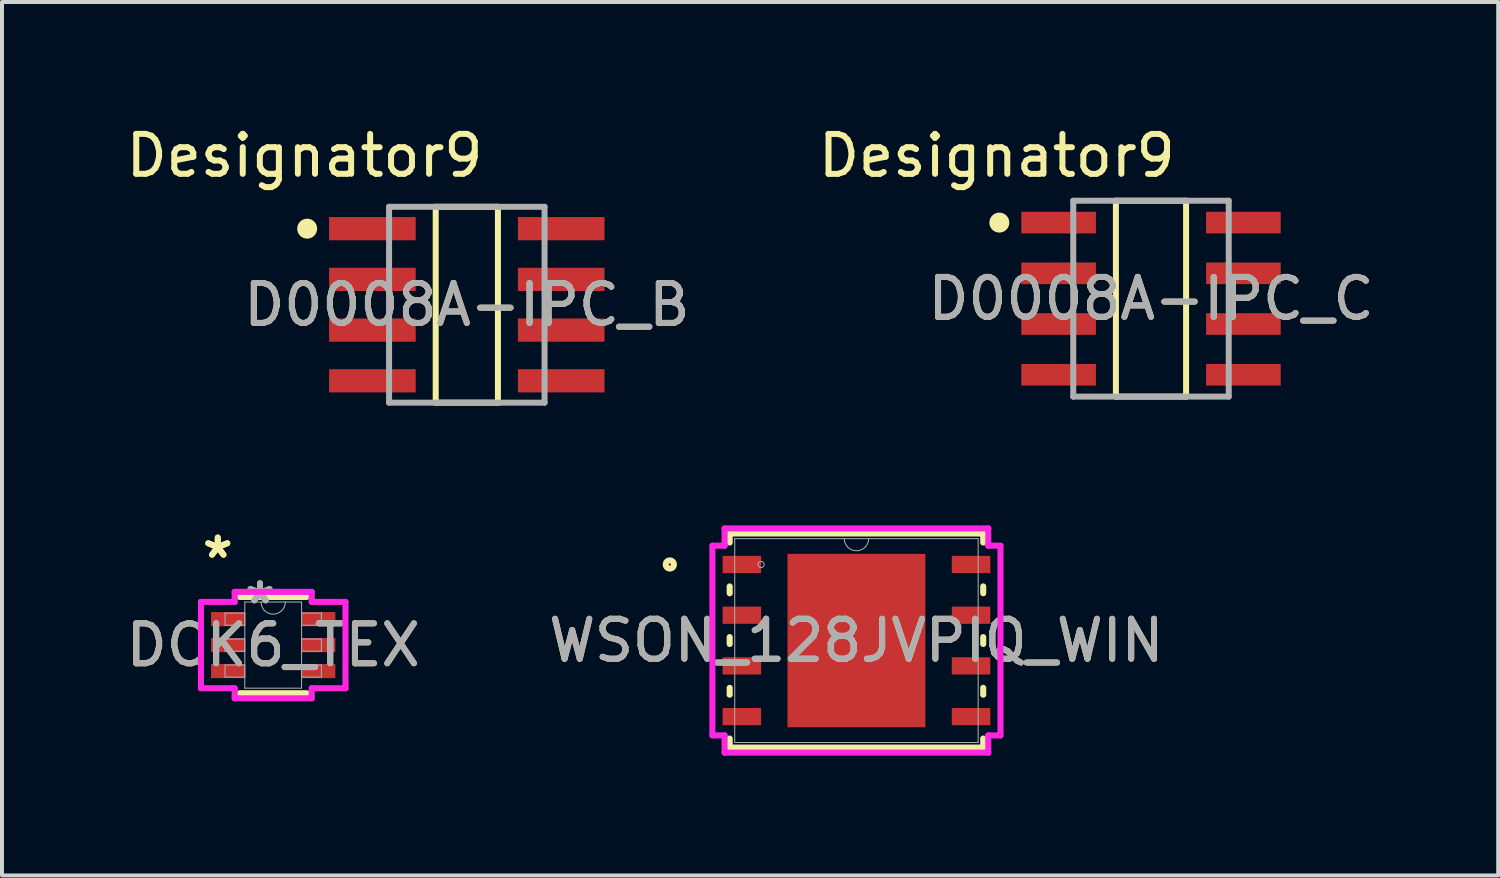
<source format=kicad_pcb>
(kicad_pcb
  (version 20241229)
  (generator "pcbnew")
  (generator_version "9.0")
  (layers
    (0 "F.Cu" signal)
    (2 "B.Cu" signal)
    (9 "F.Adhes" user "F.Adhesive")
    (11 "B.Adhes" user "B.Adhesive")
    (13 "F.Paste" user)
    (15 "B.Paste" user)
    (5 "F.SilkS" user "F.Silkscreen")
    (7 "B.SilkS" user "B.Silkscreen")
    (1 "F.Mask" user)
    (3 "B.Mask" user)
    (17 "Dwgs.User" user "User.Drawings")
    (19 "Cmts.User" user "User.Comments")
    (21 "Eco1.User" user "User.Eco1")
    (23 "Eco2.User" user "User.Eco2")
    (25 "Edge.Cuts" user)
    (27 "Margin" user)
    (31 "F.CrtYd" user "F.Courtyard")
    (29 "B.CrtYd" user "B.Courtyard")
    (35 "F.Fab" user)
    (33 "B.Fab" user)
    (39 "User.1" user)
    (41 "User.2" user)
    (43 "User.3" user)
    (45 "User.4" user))
  (footprint "WSON_128JVPIQ_WIN"
    (layer "F.Cu")
    (at 18.399 12.992)
    (property "Reference" "WSON_128JVPIQ_WIN" (at 0 0 0) (unlocked yes) (layer "F.SilkS") (effects (font (size 1 1) (thickness 0.15))))
    (attr smd)
    (fp_line (start -3.175 -2.68) (end -3.175 -2.454) (stroke (width 0.152) (type solid)) (layer "F.SilkS"))
    (fp_line (start -3.175 -1.356) (end -3.175 -1.184) (stroke (width 0.152) (type solid)) (layer "F.SilkS"))
    (fp_line (start -3.175 -0.086) (end -3.175 0.086) (stroke (width 0.152) (type solid)) (layer "F.SilkS"))
    (fp_line (start -3.175 1.184) (end -3.175 1.356) (stroke (width 0.152) (type solid)) (layer "F.SilkS"))
    (fp_line (start -3.175 2.454) (end -3.175 2.68) (stroke (width 0.152) (type solid)) (layer "F.SilkS"))
    (fp_line (start -3.175 2.68) (end 3.175 2.68) (stroke (width 0.152) (type solid)) (layer "F.SilkS"))
    (fp_line (start 3.175 -2.68) (end -3.175 -2.68) (stroke (width 0.152) (type solid)) (layer "F.SilkS"))
    (fp_line (start 3.175 -2.454) (end 3.175 -2.68) (stroke (width 0.152) (type solid)) (layer "F.SilkS"))
    (fp_line (start 3.175 -1.184) (end 3.175 -1.356) (stroke (width 0.152) (type solid)) (layer "F.SilkS"))
    (fp_line (start 3.175 0.086) (end 3.175 -0.086) (stroke (width 0.152) (type solid)) (layer "F.SilkS"))
    (fp_line (start 3.175 1.356) (end 3.175 1.184) (stroke (width 0.152) (type solid)) (layer "F.SilkS"))
    (fp_line (start 3.175 2.68) (end 3.175 2.454) (stroke (width 0.152) (type solid)) (layer "F.SilkS"))
    (fp_circle (center -4.674 -1.905) (end -4.572 -1.905) (stroke (width 0.152) (type solid)) (fill no) (layer "F.SilkS"))
    (fp_poly (pts (xy -1.627 -2.072) (xy -1.627 -0.824) (xy -0.1 -0.824) (xy -0.1 -2.072)) (stroke (width 0) (type solid)) (fill yes) (layer "F.Paste"))
    (fp_poly (pts (xy -1.627 -0.624) (xy -1.627 0.624) (xy -0.1 0.624) (xy -0.1 -0.624)) (stroke (width 0) (type solid)) (fill yes) (layer "F.Paste"))
    (fp_poly (pts (xy -1.627 0.824) (xy -1.627 2.072) (xy -0.1 2.072) (xy -0.1 0.824)) (stroke (width 0) (type solid)) (fill yes) (layer "F.Paste"))
    (fp_poly (pts (xy 0.1 -2.072) (xy 0.1 -0.824) (xy 1.627 -0.824) (xy 1.627 -2.072)) (stroke (width 0) (type solid)) (fill yes) (layer "F.Paste"))
    (fp_poly (pts (xy 0.1 -0.624) (xy 0.1 0.624) (xy 1.627 0.624) (xy 1.627 -0.624)) (stroke (width 0) (type solid)) (fill yes) (layer "F.Paste"))
    (fp_poly (pts (xy 0.1 0.824) (xy 0.1 2.072) (xy 1.627 2.072) (xy 1.627 0.824)) (stroke (width 0) (type solid)) (fill yes) (layer "F.Paste"))
    (fp_line (start -3.607 -2.375) (end -3.302 -2.375) (stroke (width 0.152) (type solid)) (layer "F.CrtYd"))
    (fp_line (start -3.607 2.375) (end -3.607 -2.375) (stroke (width 0.152) (type solid)) (layer "F.CrtYd"))
    (fp_line (start -3.607 2.375) (end -3.302 2.375) (stroke (width 0.152) (type solid)) (layer "F.CrtYd"))
    (fp_line (start -3.302 -2.807) (end 3.302 -2.807) (stroke (width 0.152) (type solid)) (layer "F.CrtYd"))
    (fp_line (start -3.302 -2.375) (end -3.302 -2.807) (stroke (width 0.152) (type solid)) (layer "F.CrtYd"))
    (fp_line (start -3.302 2.807) (end -3.302 2.375) (stroke (width 0.152) (type solid)) (layer "F.CrtYd"))
    (fp_line (start 3.302 -2.807) (end 3.302 -2.375) (stroke (width 0.152) (type solid)) (layer "F.CrtYd"))
    (fp_line (start 3.302 2.375) (end 3.302 2.807) (stroke (width 0.152) (type solid)) (layer "F.CrtYd"))
    (fp_line (start 3.302 2.807) (end -3.302 2.807) (stroke (width 0.152) (type solid)) (layer "F.CrtYd"))
    (fp_line (start 3.607 -2.375) (end 3.302 -2.375) (stroke (width 0.152) (type solid)) (layer "F.CrtYd"))
    (fp_line (start 3.607 -2.375) (end 3.607 2.375) (stroke (width 0.152) (type solid)) (layer "F.CrtYd"))
    (fp_line (start 3.607 2.375) (end 3.302 2.375) (stroke (width 0.152) (type solid)) (layer "F.CrtYd"))
    (fp_line (start -3.048 -2.553) (end -3.048 2.553) (stroke (width 0.025) (type solid)) (layer "F.Fab"))
    (fp_line (start -3.048 2.553) (end 3.048 2.553) (stroke (width 0.025) (type solid)) (layer "F.Fab"))
    (fp_line (start 3.048 -2.553) (end -3.048 -2.553) (stroke (width 0.025) (type solid)) (layer "F.Fab"))
    (fp_line (start 3.048 2.553) (end 3.048 -2.553) (stroke (width 0.025) (type solid)) (layer "F.Fab"))
    (fp_arc (start 0.3048 -2.5527) (mid 0 -2.2479) (end -0.3048 -2.5527) (stroke (width 0.0254) (type solid)) (layer "F.Fab"))
    (fp_circle (center -2.388 -1.905) (end -2.311 -1.905) (stroke (width 0.025) (type solid)) (fill no) (layer "F.Fab"))
    (fp_text user "${REFERENCE}" (at 0 0 0) (unlocked yes) (layer "F.Fab") (effects (font (size 1 1) (thickness 0.15))))
    (pad "1" smd rect (at -2.87 -1.905) (size 0.965 0.432) (layers "F.Cu" "F.Mask" "F.Paste"))
    (pad "2" smd rect (at -2.87 -0.635) (size 0.965 0.432) (layers "F.Cu" "F.Mask" "F.Paste"))
    (pad "3" smd rect (at -2.87 0.635) (size 0.965 0.432) (layers "F.Cu" "F.Mask" "F.Paste"))
    (pad "4" smd rect (at -2.87 1.905) (size 0.965 0.432) (layers "F.Cu" "F.Mask" "F.Paste"))
    (pad "5" smd rect (at 2.87 1.905) (size 0.965 0.432) (layers "F.Cu" "F.Mask" "F.Paste"))
    (pad "6" smd rect (at 2.87 0.635) (size 0.965 0.432) (layers "F.Cu" "F.Mask" "F.Paste"))
    (pad "7" smd rect (at 2.87 -0.635) (size 0.965 0.432) (layers "F.Cu" "F.Mask" "F.Paste"))
    (pad "8" smd rect (at 2.87 -1.905) (size 0.965 0.432) (layers "F.Cu" "F.Mask" "F.Paste"))
    (pad "9" smd rect (at 0 0) (size 3.454 4.343) (layers "F.Cu" "F.Mask" "F.Paste")))
  (footprint "D0008A-IPC_B"
    (layer "F.Cu")
    (at 8.641 4.582)
    (property "Reference" "D0008A-IPC_B" (at 0 0 0) (unlocked yes) (layer "F.SilkS") (effects (font (size 1 1) (thickness 0.15))))
    (attr smd)
    (fp_line (start -0.779 -2.453) (end 0.779 -2.453) (stroke (width 0.15) (type solid)) (layer "F.SilkS"))
    (fp_line (start -0.779 2.453) (end -0.779 -2.453) (stroke (width 0.15) (type solid)) (layer "F.SilkS"))
    (fp_line (start -0.779 2.453) (end 0.779 2.453) (stroke (width 0.15) (type solid)) (layer "F.SilkS"))
    (fp_line (start 0.779 2.453) (end 0.779 -2.453) (stroke (width 0.15) (type solid)) (layer "F.SilkS"))
    (fp_circle (center -3.998 -1.905) (end -3.873 -1.905) (stroke (width 0.25) (type solid)) (fill no) (layer "F.SilkS"))
    (fp_line (start -1.947 -2.453) (end 1.947 -2.453) (stroke (width 0.15) (type solid)) (layer "F.Fab"))
    (fp_line (start -1.947 2.453) (end -1.947 -2.453) (stroke (width 0.15) (type solid)) (layer "F.Fab"))
    (fp_line (start -1.947 2.453) (end 1.947 2.453) (stroke (width 0.15) (type solid)) (layer "F.Fab"))
    (fp_line (start 1.947 2.453) (end 1.947 -2.453) (stroke (width 0.15) (type solid)) (layer "F.Fab"))
    (fp_text user "Designator9" (at -4.064 -3.734 0) (unlocked yes) (layer "F.SilkS") (effects (font (size 1 1) (thickness 0.15))))
    (fp_text user "${REFERENCE}" (at 0 0 0) (unlocked yes) (layer "F.Fab") (effects (font (size 1 1) (thickness 0.15))))
    (pad "1" smd rect (at -2.364 -1.905) (size 2.169 0.582) (layers "F.Cu" "F.Mask" "F.Paste"))
    (pad "2" smd rect (at -2.364 -0.635) (size 2.169 0.582) (layers "F.Cu" "F.Mask" "F.Paste"))
    (pad "3" smd rect (at -2.364 0.635) (size 2.169 0.582) (layers "F.Cu" "F.Mask" "F.Paste"))
    (pad "4" smd rect (at -2.364 1.905) (size 2.169 0.582) (layers "F.Cu" "F.Mask" "F.Paste"))
    (pad "5" smd rect (at 2.364 1.905) (size 2.169 0.582) (layers "F.Cu" "F.Mask" "F.Paste"))
    (pad "6" smd rect (at 2.364 0.635) (size 2.169 0.582) (layers "F.Cu" "F.Mask" "F.Paste"))
    (pad "7" smd rect (at 2.364 -0.635) (size 2.169 0.582) (layers "F.Cu" "F.Mask" "F.Paste"))
    (pad "8" smd rect (at 2.364 -1.905) (size 2.169 0.582) (layers "F.Cu" "F.Mask" "F.Paste")))
  (footprint "DCK6_TEX"
    (layer "F.Cu")
    (at 3.792 13.106)
    (property "Reference" "DCK6_TEX" (at 0 0 0) (unlocked yes) (layer "F.SilkS") (effects (font (size 1 1) (thickness 0.15))))
    (attr smd)
    (fp_line (start -0.838 1.206) (end 0.838 1.206) (stroke (width 0.152) (type solid)) (layer "F.SilkS"))
    (fp_line (start 0.838 -1.206) (end -0.838 -1.206) (stroke (width 0.152) (type solid)) (layer "F.SilkS"))
    (fp_line (start -1.81 -1.081) (end -0.965 -1.081) (stroke (width 0.152) (type solid)) (layer "F.CrtYd"))
    (fp_line (start -1.81 1.081) (end -1.81 -1.081) (stroke (width 0.152) (type solid)) (layer "F.CrtYd"))
    (fp_line (start -1.81 1.081) (end -0.965 1.081) (stroke (width 0.152) (type solid)) (layer "F.CrtYd"))
    (fp_line (start -0.965 -1.333) (end 0.965 -1.333) (stroke (width 0.152) (type solid)) (layer "F.CrtYd"))
    (fp_line (start -0.965 -1.081) (end -0.965 -1.333) (stroke (width 0.152) (type solid)) (layer "F.CrtYd"))
    (fp_line (start -0.965 1.333) (end -0.965 1.081) (stroke (width 0.152) (type solid)) (layer "F.CrtYd"))
    (fp_line (start 0.965 -1.333) (end 0.965 -1.081) (stroke (width 0.152) (type solid)) (layer "F.CrtYd"))
    (fp_line (start 0.965 1.081) (end 0.965 1.333) (stroke (width 0.152) (type solid)) (layer "F.CrtYd"))
    (fp_line (start 0.965 1.333) (end -0.965 1.333) (stroke (width 0.152) (type solid)) (layer "F.CrtYd"))
    (fp_line (start 1.81 -1.081) (end 0.965 -1.081) (stroke (width 0.152) (type solid)) (layer "F.CrtYd"))
    (fp_line (start 1.81 -1.081) (end 1.81 1.081) (stroke (width 0.152) (type solid)) (layer "F.CrtYd"))
    (fp_line (start 1.81 1.081) (end 0.965 1.081) (stroke (width 0.152) (type solid)) (layer "F.CrtYd"))
    (fp_line (start -1.206 -0.802) (end -1.206 -0.498) (stroke (width 0.025) (type solid)) (layer "F.Fab"))
    (fp_line (start -1.206 -0.498) (end -0.711 -0.498) (stroke (width 0.025) (type solid)) (layer "F.Fab"))
    (fp_line (start -1.206 -0.152) (end -1.206 0.152) (stroke (width 0.025) (type solid)) (layer "F.Fab"))
    (fp_line (start -1.206 0.152) (end -0.711 0.152) (stroke (width 0.025) (type solid)) (layer "F.Fab"))
    (fp_line (start -1.206 0.498) (end -1.206 0.802) (stroke (width 0.025) (type solid)) (layer "F.Fab"))
    (fp_line (start -1.206 0.802) (end -0.711 0.802) (stroke (width 0.025) (type solid)) (layer "F.Fab"))
    (fp_line (start -0.711 -1.079) (end -0.711 1.079) (stroke (width 0.025) (type solid)) (layer "F.Fab"))
    (fp_line (start -0.711 -0.802) (end -1.206 -0.802) (stroke (width 0.025) (type solid)) (layer "F.Fab"))
    (fp_line (start -0.711 -0.498) (end -0.711 -0.802) (stroke (width 0.025) (type solid)) (layer "F.Fab"))
    (fp_line (start -0.711 -0.152) (end -1.206 -0.152) (stroke (width 0.025) (type solid)) (layer "F.Fab"))
    (fp_line (start -0.711 0.152) (end -0.711 -0.152) (stroke (width 0.025) (type solid)) (layer "F.Fab"))
    (fp_line (start -0.711 0.498) (end -1.206 0.498) (stroke (width 0.025) (type solid)) (layer "F.Fab"))
    (fp_line (start -0.711 0.802) (end -0.711 0.498) (stroke (width 0.025) (type solid)) (layer "F.Fab"))
    (fp_line (start -0.711 1.079) (end 0.711 1.079) (stroke (width 0.025) (type solid)) (layer "F.Fab"))
    (fp_line (start 0.711 -1.079) (end -0.711 -1.079) (stroke (width 0.025) (type solid)) (layer "F.Fab"))
    (fp_line (start 0.711 -0.802) (end 0.711 -0.498) (stroke (width 0.025) (type solid)) (layer "F.Fab"))
    (fp_line (start 0.711 -0.498) (end 1.206 -0.498) (stroke (width 0.025) (type solid)) (layer "F.Fab"))
    (fp_line (start 0.711 -0.152) (end 0.711 0.152) (stroke (width 0.025) (type solid)) (layer "F.Fab"))
    (fp_line (start 0.711 0.152) (end 1.206 0.152) (stroke (width 0.025) (type solid)) (layer "F.Fab"))
    (fp_line (start 0.711 0.498) (end 0.711 0.802) (stroke (width 0.025) (type solid)) (layer "F.Fab"))
    (fp_line (start 0.711 0.802) (end 1.206 0.802) (stroke (width 0.025) (type solid)) (layer "F.Fab"))
    (fp_line (start 0.711 1.079) (end 0.711 -1.079) (stroke (width 0.025) (type solid)) (layer "F.Fab"))
    (fp_line (start 1.206 -0.802) (end 0.711 -0.802) (stroke (width 0.025) (type solid)) (layer "F.Fab"))
    (fp_line (start 1.206 -0.498) (end 1.206 -0.802) (stroke (width 0.025) (type solid)) (layer "F.Fab"))
    (fp_line (start 1.206 -0.152) (end 0.711 -0.152) (stroke (width 0.025) (type solid)) (layer "F.Fab"))
    (fp_line (start 1.206 0.152) (end 1.206 -0.152) (stroke (width 0.025) (type solid)) (layer "F.Fab"))
    (fp_line (start 1.206 0.498) (end 0.711 0.498) (stroke (width 0.025) (type solid)) (layer "F.Fab"))
    (fp_line (start 1.206 0.802) (end 1.206 0.498) (stroke (width 0.025) (type solid)) (layer "F.Fab"))
    (fp_arc (start 0.3048 -1.0795) (mid 0 -0.7747) (end -0.3048 -1.0795) (stroke (width 0.0254) (type solid)) (layer "F.Fab"))
    (fp_text user "*" (at -1.388 -2.148 0) (unlocked yes) (layer "F.SilkS") (effects (font (size 1 1) (thickness 0.15))))
    (fp_text user "*" (at -1.388 -2.148 0) (layer "F.SilkS") (effects (font (size 1 1) (thickness 0.15))))
    (fp_text user "*" (at -0.33 -1.003 0) (unlocked yes) (layer "F.Fab") (effects (font (size 1 1) (thickness 0.15))))
    (fp_text user "${REFERENCE}" (at 0 0 0) (unlocked yes) (layer "F.Fab") (effects (font (size 1 1) (thickness 0.15))))
    (fp_text user "*" (at -0.33 -1.003 0) (layer "F.Fab") (effects (font (size 1 1) (thickness 0.15))))
    (pad "1" smd rect (at -1.134 -0.65) (size 0.845 0.355) (layers "F.Cu" "F.Mask" "F.Paste"))
    (pad "2" smd rect (at -1.134 0) (size 0.845 0.355) (layers "F.Cu" "F.Mask" "F.Paste"))
    (pad "3" smd rect (at -1.134 0.65) (size 0.845 0.355) (layers "F.Cu" "F.Mask" "F.Paste"))
    (pad "4" smd rect (at 1.134 0.65) (size 0.845 0.355) (layers "F.Cu" "F.Mask" "F.Paste"))
    (pad "5" smd rect (at 1.134 0) (size 0.845 0.355) (layers "F.Cu" "F.Mask" "F.Paste"))
    (pad "6" smd rect (at 1.134 -0.65) (size 0.845 0.355) (layers "F.Cu" "F.Mask" "F.Paste")))
  (footprint "D0008A-IPC_C"
    (layer "F.Cu")
    (at 25.776 4.43)
    (property "Reference" "D0008A-IPC_C" (at 0 0 0) (unlocked yes) (layer "F.SilkS") (effects (font (size 1 1) (thickness 0.15))))
    (attr smd)
    (fp_line (start -0.879 -2.453) (end 0.879 -2.453) (stroke (width 0.15) (type solid)) (layer "F.SilkS"))
    (fp_line (start -0.879 2.453) (end -0.879 -2.453) (stroke (width 0.15) (type solid)) (layer "F.SilkS"))
    (fp_line (start -0.879 2.453) (end 0.879 2.453) (stroke (width 0.15) (type solid)) (layer "F.SilkS"))
    (fp_line (start 0.879 2.453) (end 0.879 -2.453) (stroke (width 0.15) (type solid)) (layer "F.SilkS"))
    (fp_circle (center -3.798 -1.905) (end -3.673 -1.905) (stroke (width 0.25) (type solid)) (fill no) (layer "F.SilkS"))
    (fp_line (start -1.947 -2.453) (end 1.947 -2.453) (stroke (width 0.15) (type solid)) (layer "F.Fab"))
    (fp_line (start -1.947 2.453) (end -1.947 -2.453) (stroke (width 0.15) (type solid)) (layer "F.Fab"))
    (fp_line (start -1.947 2.453) (end 1.947 2.453) (stroke (width 0.15) (type solid)) (layer "F.Fab"))
    (fp_line (start 1.947 2.453) (end 1.947 -2.453) (stroke (width 0.15) (type solid)) (layer "F.Fab"))
    (fp_text user "Designator9" (at -3.861 -3.581 0) (unlocked yes) (layer "F.SilkS") (effects (font (size 1 1) (thickness 0.15))))
    (fp_text user "${REFERENCE}" (at 0 0 0) (unlocked yes) (layer "F.Fab") (effects (font (size 1 1) (thickness 0.15))))
    (pad "1" smd rect (at -2.314 -1.905) (size 1.869 0.542) (layers "F.Cu" "F.Mask" "F.Paste"))
    (pad "2" smd rect (at -2.314 -0.635) (size 1.869 0.542) (layers "F.Cu" "F.Mask" "F.Paste"))
    (pad "3" smd rect (at -2.314 0.635) (size 1.869 0.542) (layers "F.Cu" "F.Mask" "F.Paste"))
    (pad "4" smd rect (at -2.314 1.905) (size 1.869 0.542) (layers "F.Cu" "F.Mask" "F.Paste"))
    (pad "5" smd rect (at 2.314 1.905) (size 1.869 0.542) (layers "F.Cu" "F.Mask" "F.Paste"))
    (pad "6" smd rect (at 2.314 0.635) (size 1.869 0.542) (layers "F.Cu" "F.Mask" "F.Paste"))
    (pad "7" smd rect (at 2.314 -0.635) (size 1.869 0.542) (layers "F.Cu" "F.Mask" "F.Paste"))
    (pad "8" smd rect (at 2.314 -1.905) (size 1.869 0.542) (layers "F.Cu" "F.Mask" "F.Paste")))
  (gr_rect
    (start -3 -3)
    (end 34.472 18.875)
    (stroke (width 0.1) (type default))
    (fill no)
    (layer "Edge.Cuts")))
</source>
